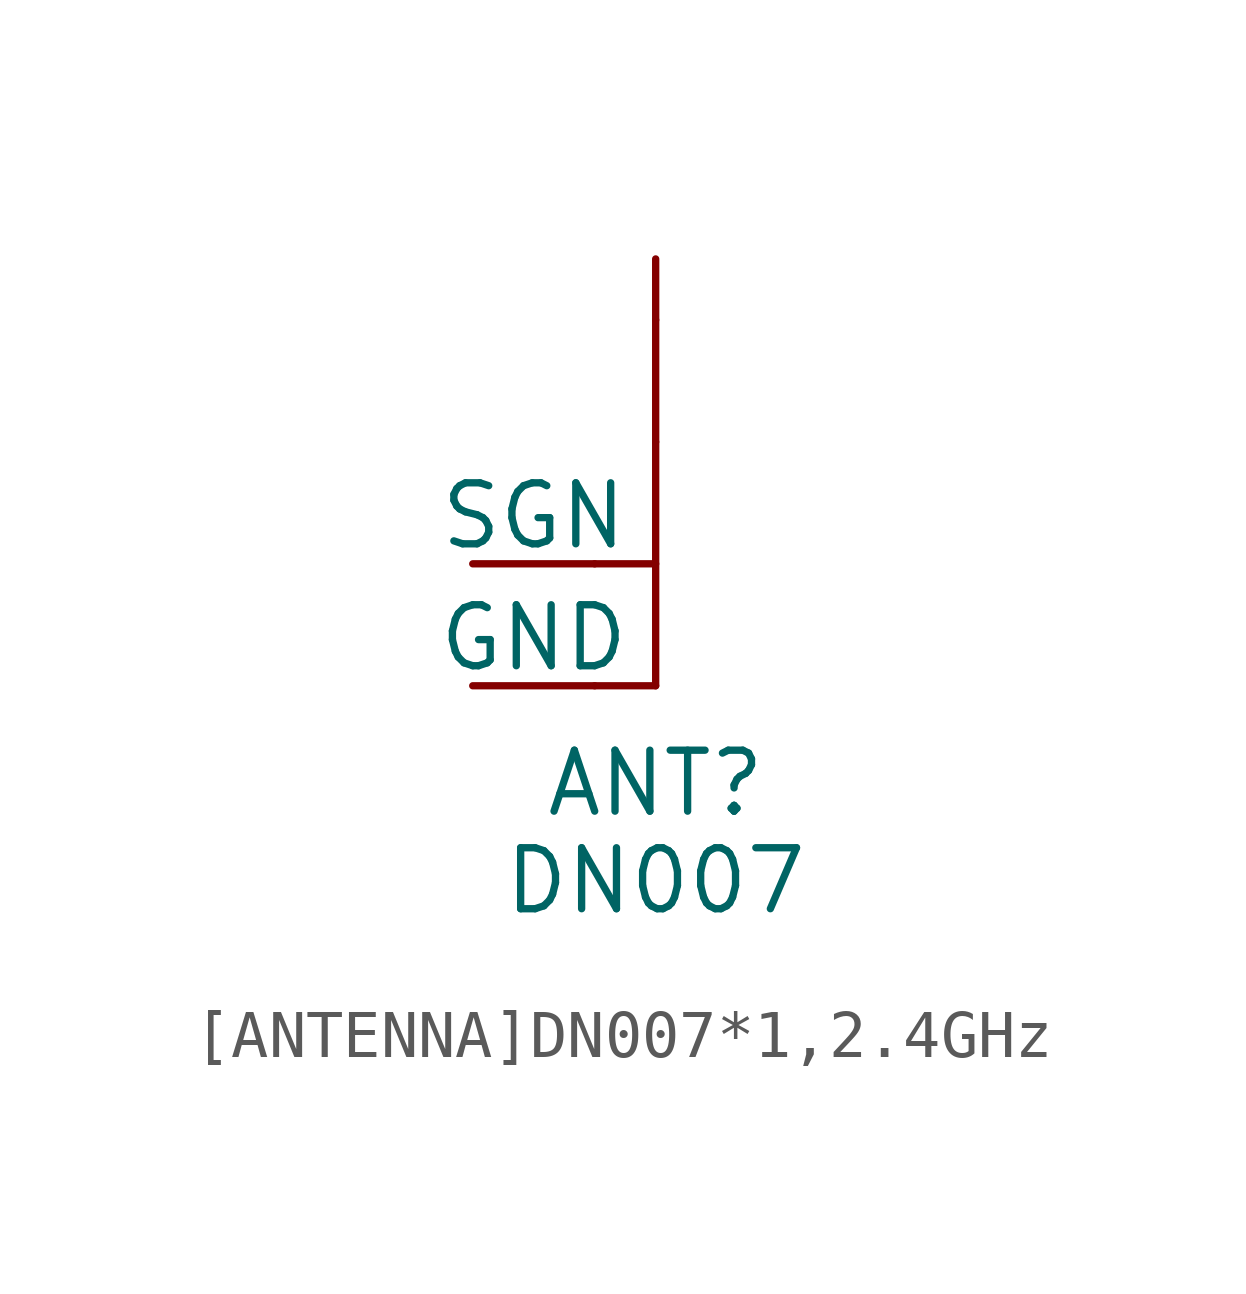
<source format=kicad_sym>
(kicad_symbol_lib
  (version 20231120)
  (generator "kicad_symbol_editor")
  (generator_version "8.0")
  (symbol "[ANTENNA]DN007*1,2.4GHz"
    (pin_numbers hide)
    (pin_names
      (offset 0))
    (property "Reference" "ANT"
      (at 0 -2.032 0)
      (effects (font (size 1.27 1.27))))
    (property "Value" "DN007"
      (at 0 -4.064 0)
      (effects (font (size 1.27 1.27))))
    (symbol "[ANTENNA]DN007*1,2.4GHz_0_1"
      (polyline (pts (xy -1.27 0) (xy 0 0)) (stroke (width 0) (type default)) (fill (type none)))
      (polyline (pts (xy -1.27 2.54) (xy 0 2.54)) (stroke (width 0) (type default)) (fill (type none)))
      (polyline (pts (xy 0 0) (xy 0 5.08)) (stroke (width 0) (type default)) (fill (type none)))
      (polyline (pts (xy 0 5.08) (xy 0 7.62)) (stroke (width 0) (type default)) (fill (type none)))
      (polyline (pts (xy 0 7.62) (xy 0 8.89)) (stroke (width 0) (type default)) (fill (type none))))
    (symbol "[ANTENNA]DN007*1,2.4GHz_1_1"
      (pin input line (at -3.81 0 0) (length 2.54) (name "GND" (effects (font (size 1.27 1.27)))) (number "1" (effects (font (size 1.27 1.27)))))
      (pin input line (at -3.81 2.54 0) (length 2.54) (name "SGN" (effects (font (size 1.27 1.27)))) (number "2" (effects (font (size 1.27 1.27))))))))
</source>
